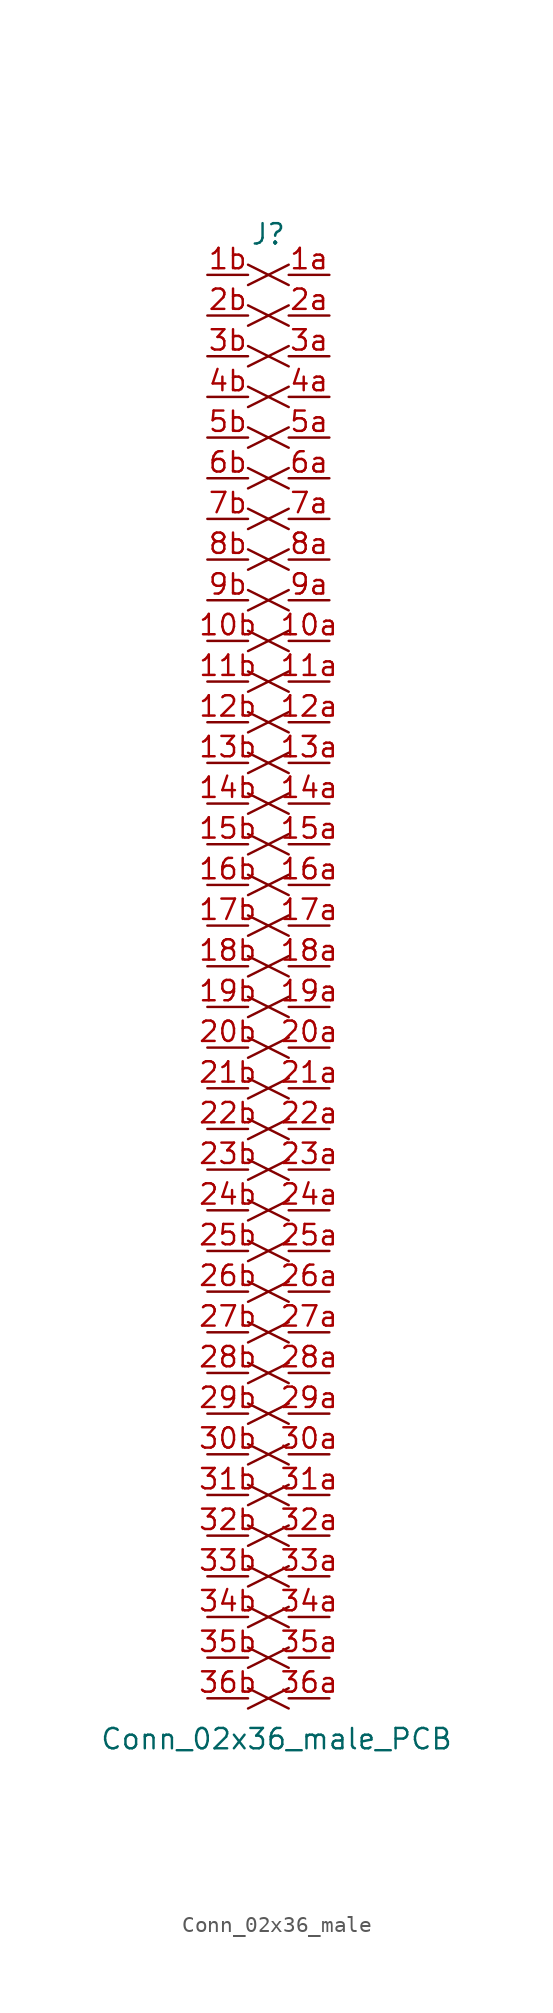
<source format=kicad_sym>
(kicad_symbol_lib
  (version 20231120)
  (generator "kicad_symbol_editor")
  (generator_version "8.0")
  (symbol "Conn_02x36_male"
    (pin_names
      (offset 1.016) hide)
    (property "Reference" "J"
      (at 0 45.72 0)
      (effects (font (size 1.27 1.27))))
    (property "Value" "Conn_02x36_male_PCB"
      (at 0.508 -48.26 0)
      (effects (font (size 1.27 1.27))))
    (symbol "Conn_02x36_male_1_0"
      (pin passive clock (at 3.81 2.54 180) (length 2.54) (name "17a" (effects (font (size 1.27 1.27)))) (number "17a" (effects (font (size 1.27 1.27)))))
      (pin passive clock (at -3.81 2.54 0) (length 2.54) (name "17b" (effects (font (size 1.27 1.27)))) (number "17b" (effects (font (size 1.27 1.27)))))
      (pin passive clock (at 3.81 40.64 180) (length 2.54) (name "2a" (effects (font (size 1.27 1.27)))) (number "2a" (effects (font (size 1.27 1.27)))))
      (pin passive clock (at -3.81 40.64 0) (length 2.54) (name "2b" (effects (font (size 1.27 1.27)))) (number "2b" (effects (font (size 1.27 1.27))))))
    (symbol "Conn_02x36_male_1_1"
      (pin passive clock (at 3.81 20.32 180) (length 2.54) (name "10a" (effects (font (size 1.27 1.27)))) (number "10a" (effects (font (size 1.27 1.27)))))
      (pin passive clock (at -3.81 20.32 0) (length 2.54) (name "10b" (effects (font (size 1.27 1.27)))) (number "10b" (effects (font (size 1.27 1.27)))))
      (pin passive clock (at 3.81 17.78 180) (length 2.54) (name "11a" (effects (font (size 1.27 1.27)))) (number "11a" (effects (font (size 1.27 1.27)))))
      (pin passive clock (at -3.81 17.78 0) (length 2.54) (name "11b" (effects (font (size 1.27 1.27)))) (number "11b" (effects (font (size 1.27 1.27)))))
      (pin passive clock (at 3.81 15.24 180) (length 2.54) (name "12a" (effects (font (size 1.27 1.27)))) (number "12a" (effects (font (size 1.27 1.27)))))
      (pin passive clock (at -3.81 15.24 0) (length 2.54) (name "12b" (effects (font (size 1.27 1.27)))) (number "12b" (effects (font (size 1.27 1.27)))))
      (pin passive clock (at 3.81 12.7 180) (length 2.54) (name "13a" (effects (font (size 1.27 1.27)))) (number "13a" (effects (font (size 1.27 1.27)))))
      (pin passive clock (at -3.81 12.7 0) (length 2.54) (name "13b" (effects (font (size 1.27 1.27)))) (number "13b" (effects (font (size 1.27 1.27)))))
      (pin passive clock (at 3.81 10.16 180) (length 2.54) (name "14a" (effects (font (size 1.27 1.27)))) (number "14a" (effects (font (size 1.27 1.27)))))
      (pin passive clock (at -3.81 10.16 0) (length 2.54) (name "14b" (effects (font (size 1.27 1.27)))) (number "14b" (effects (font (size 1.27 1.27)))))
      (pin passive clock (at 3.81 7.62 180) (length 2.54) (name "15a" (effects (font (size 1.27 1.27)))) (number "15a" (effects (font (size 1.27 1.27)))))
      (pin passive clock (at -3.81 7.62 0) (length 2.54) (name "15b" (effects (font (size 1.27 1.27)))) (number "15b" (effects (font (size 1.27 1.27)))))
      (pin passive clock (at 3.81 5.08 180) (length 2.54) (name "16a" (effects (font (size 1.27 1.27)))) (number "16a" (effects (font (size 1.27 1.27)))))
      (pin passive clock (at -3.81 5.08 0) (length 2.54) (name "16b" (effects (font (size 1.27 1.27)))) (number "16b" (effects (font (size 1.27 1.27)))))
      (pin passive clock (at 3.81 0 180) (length 2.54) (name "18a" (effects (font (size 1.27 1.27)))) (number "18a" (effects (font (size 1.27 1.27)))))
      (pin passive clock (at -3.81 0 0) (length 2.54) (name "18b" (effects (font (size 1.27 1.27)))) (number "18b" (effects (font (size 1.27 1.27)))))
      (pin passive clock (at 3.81 -2.54 180) (length 2.54) (name "19a" (effects (font (size 1.27 1.27)))) (number "19a" (effects (font (size 1.27 1.27)))))
      (pin passive clock (at -3.81 -2.54 0) (length 2.54) (name "19b" (effects (font (size 1.27 1.27)))) (number "19b" (effects (font (size 1.27 1.27)))))
      (pin passive clock (at 3.81 43.18 180) (length 2.54) (name "1a" (effects (font (size 1.27 1.27)))) (number "1a" (effects (font (size 1.27 1.27)))))
      (pin passive clock (at -3.81 43.18 0) (length 2.54) (name "1b" (effects (font (size 1.27 1.27)))) (number "1b" (effects (font (size 1.27 1.27)))))
      (pin passive clock (at 3.81 -5.08 180) (length 2.54) (name "20a" (effects (font (size 1.27 1.27)))) (number "20a" (effects (font (size 1.27 1.27)))))
      (pin passive clock (at -3.81 -5.08 0) (length 2.54) (name "20b" (effects (font (size 1.27 1.27)))) (number "20b" (effects (font (size 1.27 1.27)))))
      (pin passive clock (at 3.81 -7.62 180) (length 2.54) (name "21a" (effects (font (size 1.27 1.27)))) (number "21a" (effects (font (size 1.27 1.27)))))
      (pin passive clock (at -3.81 -7.62 0) (length 2.54) (name "21b" (effects (font (size 1.27 1.27)))) (number "21b" (effects (font (size 1.27 1.27)))))
      (pin passive clock (at 3.81 -10.16 180) (length 2.54) (name "22a" (effects (font (size 1.27 1.27)))) (number "22a" (effects (font (size 1.27 1.27)))))
      (pin passive clock (at -3.81 -10.16 0) (length 2.54) (name "22b" (effects (font (size 1.27 1.27)))) (number "22b" (effects (font (size 1.27 1.27)))))
      (pin passive clock (at 3.81 -12.7 180) (length 2.54) (name "23a" (effects (font (size 1.27 1.27)))) (number "23a" (effects (font (size 1.27 1.27)))))
      (pin passive clock (at -3.81 -12.7 0) (length 2.54) (name "23b" (effects (font (size 1.27 1.27)))) (number "23b" (effects (font (size 1.27 1.27)))))
      (pin passive clock (at 3.81 -15.24 180) (length 2.54) (name "24a" (effects (font (size 1.27 1.27)))) (number "24a" (effects (font (size 1.27 1.27)))))
      (pin passive clock (at -3.81 -15.24 0) (length 2.54) (name "24b" (effects (font (size 1.27 1.27)))) (number "24b" (effects (font (size 1.27 1.27)))))
      (pin passive clock (at 3.81 -17.78 180) (length 2.54) (name "25a" (effects (font (size 1.27 1.27)))) (number "25a" (effects (font (size 1.27 1.27)))))
      (pin passive clock (at -3.81 -17.78 0) (length 2.54) (name "25b" (effects (font (size 1.27 1.27)))) (number "25b" (effects (font (size 1.27 1.27)))))
      (pin passive clock (at 3.81 -20.32 180) (length 2.54) (name "26a" (effects (font (size 1.27 1.27)))) (number "26a" (effects (font (size 1.27 1.27)))))
      (pin passive clock (at -3.81 -20.32 0) (length 2.54) (name "26b" (effects (font (size 1.27 1.27)))) (number "26b" (effects (font (size 1.27 1.27)))))
      (pin passive clock (at 3.81 -22.86 180) (length 2.54) (name "27a" (effects (font (size 1.27 1.27)))) (number "27a" (effects (font (size 1.27 1.27)))))
      (pin passive clock (at -3.81 -22.86 0) (length 2.54) (name "27b" (effects (font (size 1.27 1.27)))) (number "27b" (effects (font (size 1.27 1.27)))))
      (pin passive clock (at 3.81 -25.4 180) (length 2.54) (name "28a" (effects (font (size 1.27 1.27)))) (number "28a" (effects (font (size 1.27 1.27)))))
      (pin passive clock (at -3.81 -25.4 0) (length 2.54) (name "28b" (effects (font (size 1.27 1.27)))) (number "28b" (effects (font (size 1.27 1.27)))))
      (pin passive clock (at 3.81 -27.94 180) (length 2.54) (name "29a" (effects (font (size 1.27 1.27)))) (number "29a" (effects (font (size 1.27 1.27)))))
      (pin passive clock (at -3.81 -27.94 0) (length 2.54) (name "29b" (effects (font (size 1.27 1.27)))) (number "29b" (effects (font (size 1.27 1.27)))))
      (pin passive clock (at 3.81 -30.48 180) (length 2.54) (name "30a" (effects (font (size 1.27 1.27)))) (number "30a" (effects (font (size 1.27 1.27)))))
      (pin passive clock (at -3.81 -30.48 0) (length 2.54) (name "30b" (effects (font (size 1.27 1.27)))) (number "30b" (effects (font (size 1.27 1.27)))))
      (pin passive clock (at 3.81 -33.02 180) (length 2.54) (name "31a" (effects (font (size 1.27 1.27)))) (number "31a" (effects (font (size 1.27 1.27)))))
      (pin passive clock (at -3.81 -33.02 0) (length 2.54) (name "31b" (effects (font (size 1.27 1.27)))) (number "31b" (effects (font (size 1.27 1.27)))))
      (pin passive clock (at 3.81 -35.56 180) (length 2.54) (name "32a" (effects (font (size 1.27 1.27)))) (number "32a" (effects (font (size 1.27 1.27)))))
      (pin passive clock (at -3.81 -35.56 0) (length 2.54) (name "32b" (effects (font (size 1.27 1.27)))) (number "32b" (effects (font (size 1.27 1.27)))))
      (pin passive clock (at 3.81 -38.1 180) (length 2.54) (name "33a" (effects (font (size 1.27 1.27)))) (number "33a" (effects (font (size 1.27 1.27)))))
      (pin passive clock (at -3.81 -38.1 0) (length 2.54) (name "33b" (effects (font (size 1.27 1.27)))) (number "33b" (effects (font (size 1.27 1.27)))))
      (pin passive clock (at 3.81 -40.64 180) (length 2.54) (name "34a" (effects (font (size 1.27 1.27)))) (number "34a" (effects (font (size 1.27 1.27)))))
      (pin passive clock (at -3.81 -40.64 0) (length 2.54) (name "34b" (effects (font (size 1.27 1.27)))) (number "34b" (effects (font (size 1.27 1.27)))))
      (pin passive clock (at 3.81 -43.18 180) (length 2.54) (name "35a" (effects (font (size 1.27 1.27)))) (number "35a" (effects (font (size 1.27 1.27)))))
      (pin passive clock (at -3.81 -43.18 0) (length 2.54) (name "35b" (effects (font (size 1.27 1.27)))) (number "35b" (effects (font (size 1.27 1.27)))))
      (pin passive clock (at 3.81 -45.72 180) (length 2.54) (name "36a" (effects (font (size 1.27 1.27)))) (number "36a" (effects (font (size 1.27 1.27)))))
      (pin passive clock (at -3.81 -45.72 0) (length 2.54) (name "36b" (effects (font (size 1.27 1.27)))) (number "36b" (effects (font (size 1.27 1.27)))))
      (pin passive clock (at 3.81 38.1 180) (length 2.54) (name "3a" (effects (font (size 1.27 1.27)))) (number "3a" (effects (font (size 1.27 1.27)))))
      (pin passive clock (at -3.81 38.1 0) (length 2.54) (name "3b" (effects (font (size 1.27 1.27)))) (number "3b" (effects (font (size 1.27 1.27)))))
      (pin passive clock (at 3.81 35.56 180) (length 2.54) (name "4a" (effects (font (size 1.27 1.27)))) (number "4a" (effects (font (size 1.27 1.27)))))
      (pin passive clock (at -3.81 35.56 0) (length 2.54) (name "4b" (effects (font (size 1.27 1.27)))) (number "4b" (effects (font (size 1.27 1.27)))))
      (pin passive clock (at 3.81 33.02 180) (length 2.54) (name "5a" (effects (font (size 1.27 1.27)))) (number "5a" (effects (font (size 1.27 1.27)))))
      (pin passive clock (at -3.81 33.02 0) (length 2.54) (name "5b" (effects (font (size 1.27 1.27)))) (number "5b" (effects (font (size 1.27 1.27)))))
      (pin passive clock (at 3.81 30.48 180) (length 2.54) (name "6a" (effects (font (size 1.27 1.27)))) (number "6a" (effects (font (size 1.27 1.27)))))
      (pin passive clock (at -3.81 30.48 0) (length 2.54) (name "6b" (effects (font (size 1.27 1.27)))) (number "6b" (effects (font (size 1.27 1.27)))))
      (pin passive clock (at 3.81 27.94 180) (length 2.54) (name "7a" (effects (font (size 1.27 1.27)))) (number "7a" (effects (font (size 1.27 1.27)))))
      (pin passive clock (at -3.81 27.94 0) (length 2.54) (name "7b" (effects (font (size 1.27 1.27)))) (number "7b" (effects (font (size 1.27 1.27)))))
      (pin passive clock (at 3.81 25.4 180) (length 2.54) (name "8a" (effects (font (size 1.27 1.27)))) (number "8a" (effects (font (size 1.27 1.27)))))
      (pin passive clock (at -3.81 25.4 0) (length 2.54) (name "8b" (effects (font (size 1.27 1.27)))) (number "8b" (effects (font (size 1.27 1.27)))))
      (pin passive clock (at 3.81 22.86 180) (length 2.54) (name "9a" (effects (font (size 1.27 1.27)))) (number "9a" (effects (font (size 1.27 1.27)))))
      (pin passive clock (at -3.81 22.86 0) (length 2.54) (name "9b" (effects (font (size 1.27 1.27)))) (number "9b" (effects (font (size 1.27 1.27))))))))
</source>
